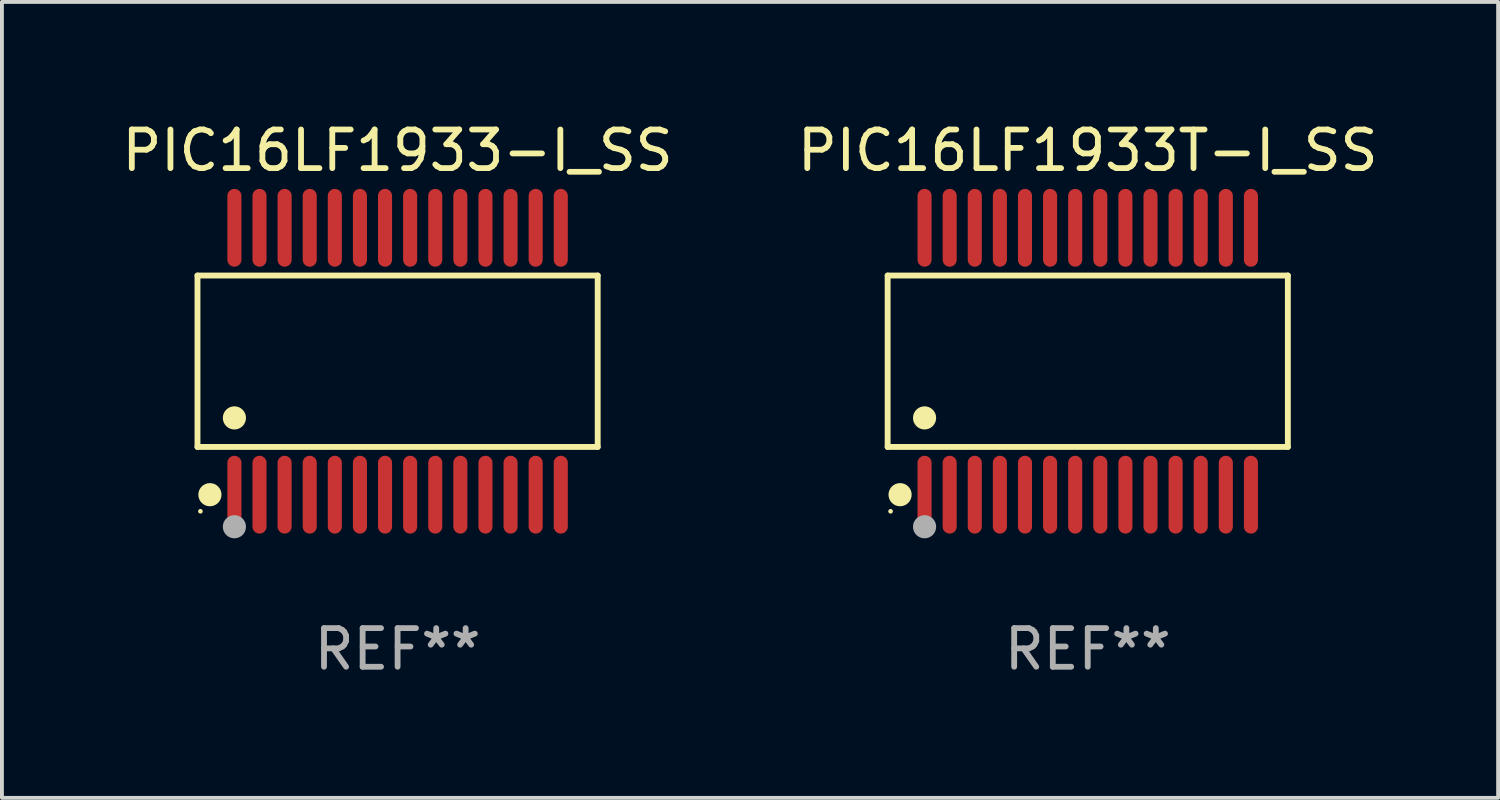
<source format=kicad_pcb>
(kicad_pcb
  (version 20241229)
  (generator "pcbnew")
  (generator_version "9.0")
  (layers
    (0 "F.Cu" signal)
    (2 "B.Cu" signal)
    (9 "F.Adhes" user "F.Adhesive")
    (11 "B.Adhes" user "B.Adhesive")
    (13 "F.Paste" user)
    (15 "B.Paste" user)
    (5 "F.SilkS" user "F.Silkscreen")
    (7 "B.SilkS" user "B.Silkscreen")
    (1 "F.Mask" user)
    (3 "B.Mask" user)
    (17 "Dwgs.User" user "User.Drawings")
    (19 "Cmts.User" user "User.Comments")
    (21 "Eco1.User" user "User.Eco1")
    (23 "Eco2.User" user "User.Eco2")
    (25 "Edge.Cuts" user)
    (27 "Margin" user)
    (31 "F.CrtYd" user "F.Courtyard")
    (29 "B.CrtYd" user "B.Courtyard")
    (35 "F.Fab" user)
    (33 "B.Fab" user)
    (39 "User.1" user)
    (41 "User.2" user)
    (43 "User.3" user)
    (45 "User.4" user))
  (footprint "PIC16LF1933T-I_SS"
    (layer "F.Cu")
    (at 25.113 6.303)
    (property "Reference" "PIC16LF1933T-I_SS" (at 0 -5.455 0) (layer "F.SilkS") (effects (font (size 1 1) (thickness 0.15))))
    (attr through_hole)
    (fp_line (start -5.181 -2.219) (end 5.181 -2.219) (stroke (width 0.152) (type solid)) (layer "F.SilkS"))
    (fp_line (start -5.181 2.219) (end -5.181 -2.219) (stroke (width 0.152) (type solid)) (layer "F.SilkS"))
    (fp_line (start 5.181 -2.219) (end 5.181 2.219) (stroke (width 0.152) (type solid)) (layer "F.SilkS"))
    (fp_line (start 5.181 2.219) (end -5.181 2.219) (stroke (width 0.152) (type solid)) (layer "F.SilkS"))
    (fp_circle (center -5.105 3.885) (end -5.075 3.885) (stroke (width 0.06) (type solid)) (fill no) (layer "F.SilkS"))
    (fp_circle (center -4.859 3.455) (end -4.709 3.455) (stroke (width 0.3) (type solid)) (fill no) (layer "F.SilkS"))
    (fp_circle (center -4.225 1.467) (end -4.075 1.467) (stroke (width 0.3) (type solid)) (fill no) (layer "F.SilkS"))
    (fp_circle (center -4.225 4.285) (end -4.075 4.285) (stroke (width 0.3) (type solid)) (fill no) (layer "F.Fab"))
    (fp_text user "REF**" (at 0 7.455 0) (layer "F.Fab") (effects (font (size 1 1) (thickness 0.15))))
    (pad "1" smd oval (at -4.225 3.455) (size 0.364 2.015) (layers "F.Cu" "F.Mask" "F.Paste"))
    (pad "2" smd oval (at -3.575 3.455) (size 0.364 2.015) (layers "F.Cu" "F.Mask" "F.Paste"))
    (pad "3" smd oval (at -2.925 3.455) (size 0.364 2.015) (layers "F.Cu" "F.Mask" "F.Paste"))
    (pad "4" smd oval (at -2.275 3.455) (size 0.364 2.015) (layers "F.Cu" "F.Mask" "F.Paste"))
    (pad "5" smd oval (at -1.625 3.455) (size 0.364 2.015) (layers "F.Cu" "F.Mask" "F.Paste"))
    (pad "6" smd oval (at -0.975 3.455) (size 0.364 2.015) (layers "F.Cu" "F.Mask" "F.Paste"))
    (pad "7" smd oval (at -0.325 3.455) (size 0.364 2.015) (layers "F.Cu" "F.Mask" "F.Paste"))
    (pad "8" smd oval (at 0.325 3.455) (size 0.364 2.015) (layers "F.Cu" "F.Mask" "F.Paste"))
    (pad "9" smd oval (at 0.975 3.455) (size 0.364 2.015) (layers "F.Cu" "F.Mask" "F.Paste"))
    (pad "10" smd oval (at 1.625 3.455) (size 0.364 2.015) (layers "F.Cu" "F.Mask" "F.Paste"))
    (pad "11" smd oval (at 2.275 3.455) (size 0.364 2.015) (layers "F.Cu" "F.Mask" "F.Paste"))
    (pad "12" smd oval (at 2.925 3.455) (size 0.364 2.015) (layers "F.Cu" "F.Mask" "F.Paste"))
    (pad "13" smd oval (at 3.575 3.455) (size 0.364 2.015) (layers "F.Cu" "F.Mask" "F.Paste"))
    (pad "14" smd oval (at 4.225 3.455) (size 0.364 2.015) (layers "F.Cu" "F.Mask" "F.Paste"))
    (pad "15" smd oval (at 4.225 -3.455) (size 0.364 2.015) (layers "F.Cu" "F.Mask" "F.Paste"))
    (pad "16" smd oval (at 3.575 -3.455) (size 0.364 2.015) (layers "F.Cu" "F.Mask" "F.Paste"))
    (pad "17" smd oval (at 2.925 -3.455) (size 0.364 2.015) (layers "F.Cu" "F.Mask" "F.Paste"))
    (pad "18" smd oval (at 2.275 -3.455) (size 0.364 2.015) (layers "F.Cu" "F.Mask" "F.Paste"))
    (pad "19" smd oval (at 1.625 -3.455) (size 0.364 2.015) (layers "F.Cu" "F.Mask" "F.Paste"))
    (pad "20" smd oval (at 0.975 -3.455) (size 0.364 2.015) (layers "F.Cu" "F.Mask" "F.Paste"))
    (pad "21" smd oval (at 0.325 -3.455) (size 0.364 2.015) (layers "F.Cu" "F.Mask" "F.Paste"))
    (pad "22" smd oval (at -0.325 -3.455) (size 0.364 2.015) (layers "F.Cu" "F.Mask" "F.Paste"))
    (pad "23" smd oval (at -0.975 -3.455) (size 0.364 2.015) (layers "F.Cu" "F.Mask" "F.Paste"))
    (pad "24" smd oval (at -1.625 -3.455) (size 0.364 2.015) (layers "F.Cu" "F.Mask" "F.Paste"))
    (pad "25" smd oval (at -2.275 -3.455) (size 0.364 2.015) (layers "F.Cu" "F.Mask" "F.Paste"))
    (pad "26" smd oval (at -2.925 -3.455) (size 0.364 2.015) (layers "F.Cu" "F.Mask" "F.Paste"))
    (pad "27" smd oval (at -3.575 -3.455) (size 0.364 2.015) (layers "F.Cu" "F.Mask" "F.Paste"))
    (pad "28" smd oval (at -4.225 -3.455) (size 0.364 2.015) (layers "F.Cu" "F.Mask" "F.Paste")))
  (footprint "PIC16LF1933-I_SS"
    (layer "F.Cu")
    (at 7.244 6.303)
    (property "Reference" "PIC16LF1933-I_SS" (at 0 -5.455 0) (layer "F.SilkS") (effects (font (size 1 1) (thickness 0.15))))
    (attr through_hole)
    (fp_line (start -5.181 -2.219) (end 5.181 -2.219) (stroke (width 0.152) (type solid)) (layer "F.SilkS"))
    (fp_line (start -5.181 2.219) (end -5.181 -2.219) (stroke (width 0.152) (type solid)) (layer "F.SilkS"))
    (fp_line (start 5.181 -2.219) (end 5.181 2.219) (stroke (width 0.152) (type solid)) (layer "F.SilkS"))
    (fp_line (start 5.181 2.219) (end -5.181 2.219) (stroke (width 0.152) (type solid)) (layer "F.SilkS"))
    (fp_circle (center -5.105 3.885) (end -5.075 3.885) (stroke (width 0.06) (type solid)) (fill no) (layer "F.SilkS"))
    (fp_circle (center -4.859 3.455) (end -4.709 3.455) (stroke (width 0.3) (type solid)) (fill no) (layer "F.SilkS"))
    (fp_circle (center -4.225 1.467) (end -4.075 1.467) (stroke (width 0.3) (type solid)) (fill no) (layer "F.SilkS"))
    (fp_circle (center -4.225 4.285) (end -4.075 4.285) (stroke (width 0.3) (type solid)) (fill no) (layer "F.Fab"))
    (fp_text user "REF**" (at 0 7.455 0) (layer "F.Fab") (effects (font (size 1 1) (thickness 0.15))))
    (pad "1" smd oval (at -4.225 3.455) (size 0.364 2.015) (layers "F.Cu" "F.Mask" "F.Paste"))
    (pad "2" smd oval (at -3.575 3.455) (size 0.364 2.015) (layers "F.Cu" "F.Mask" "F.Paste"))
    (pad "3" smd oval (at -2.925 3.455) (size 0.364 2.015) (layers "F.Cu" "F.Mask" "F.Paste"))
    (pad "4" smd oval (at -2.275 3.455) (size 0.364 2.015) (layers "F.Cu" "F.Mask" "F.Paste"))
    (pad "5" smd oval (at -1.625 3.455) (size 0.364 2.015) (layers "F.Cu" "F.Mask" "F.Paste"))
    (pad "6" smd oval (at -0.975 3.455) (size 0.364 2.015) (layers "F.Cu" "F.Mask" "F.Paste"))
    (pad "7" smd oval (at -0.325 3.455) (size 0.364 2.015) (layers "F.Cu" "F.Mask" "F.Paste"))
    (pad "8" smd oval (at 0.325 3.455) (size 0.364 2.015) (layers "F.Cu" "F.Mask" "F.Paste"))
    (pad "9" smd oval (at 0.975 3.455) (size 0.364 2.015) (layers "F.Cu" "F.Mask" "F.Paste"))
    (pad "10" smd oval (at 1.625 3.455) (size 0.364 2.015) (layers "F.Cu" "F.Mask" "F.Paste"))
    (pad "11" smd oval (at 2.275 3.455) (size 0.364 2.015) (layers "F.Cu" "F.Mask" "F.Paste"))
    (pad "12" smd oval (at 2.925 3.455) (size 0.364 2.015) (layers "F.Cu" "F.Mask" "F.Paste"))
    (pad "13" smd oval (at 3.575 3.455) (size 0.364 2.015) (layers "F.Cu" "F.Mask" "F.Paste"))
    (pad "14" smd oval (at 4.225 3.455) (size 0.364 2.015) (layers "F.Cu" "F.Mask" "F.Paste"))
    (pad "15" smd oval (at 4.225 -3.455) (size 0.364 2.015) (layers "F.Cu" "F.Mask" "F.Paste"))
    (pad "16" smd oval (at 3.575 -3.455) (size 0.364 2.015) (layers "F.Cu" "F.Mask" "F.Paste"))
    (pad "17" smd oval (at 2.925 -3.455) (size 0.364 2.015) (layers "F.Cu" "F.Mask" "F.Paste"))
    (pad "18" smd oval (at 2.275 -3.455) (size 0.364 2.015) (layers "F.Cu" "F.Mask" "F.Paste"))
    (pad "19" smd oval (at 1.625 -3.455) (size 0.364 2.015) (layers "F.Cu" "F.Mask" "F.Paste"))
    (pad "20" smd oval (at 0.975 -3.455) (size 0.364 2.015) (layers "F.Cu" "F.Mask" "F.Paste"))
    (pad "21" smd oval (at 0.325 -3.455) (size 0.364 2.015) (layers "F.Cu" "F.Mask" "F.Paste"))
    (pad "22" smd oval (at -0.325 -3.455) (size 0.364 2.015) (layers "F.Cu" "F.Mask" "F.Paste"))
    (pad "23" smd oval (at -0.975 -3.455) (size 0.364 2.015) (layers "F.Cu" "F.Mask" "F.Paste"))
    (pad "24" smd oval (at -1.625 -3.455) (size 0.364 2.015) (layers "F.Cu" "F.Mask" "F.Paste"))
    (pad "25" smd oval (at -2.275 -3.455) (size 0.364 2.015) (layers "F.Cu" "F.Mask" "F.Paste"))
    (pad "26" smd oval (at -2.925 -3.455) (size 0.364 2.015) (layers "F.Cu" "F.Mask" "F.Paste"))
    (pad "27" smd oval (at -3.575 -3.455) (size 0.364 2.015) (layers "F.Cu" "F.Mask" "F.Paste"))
    (pad "28" smd oval (at -4.225 -3.455) (size 0.364 2.015) (layers "F.Cu" "F.Mask" "F.Paste")))
  (gr_rect
    (start -3 -3)
    (end 35.738 17.607)
    (stroke (width 0.1) (type default))
    (fill no)
    (layer "Edge.Cuts")))
</source>
